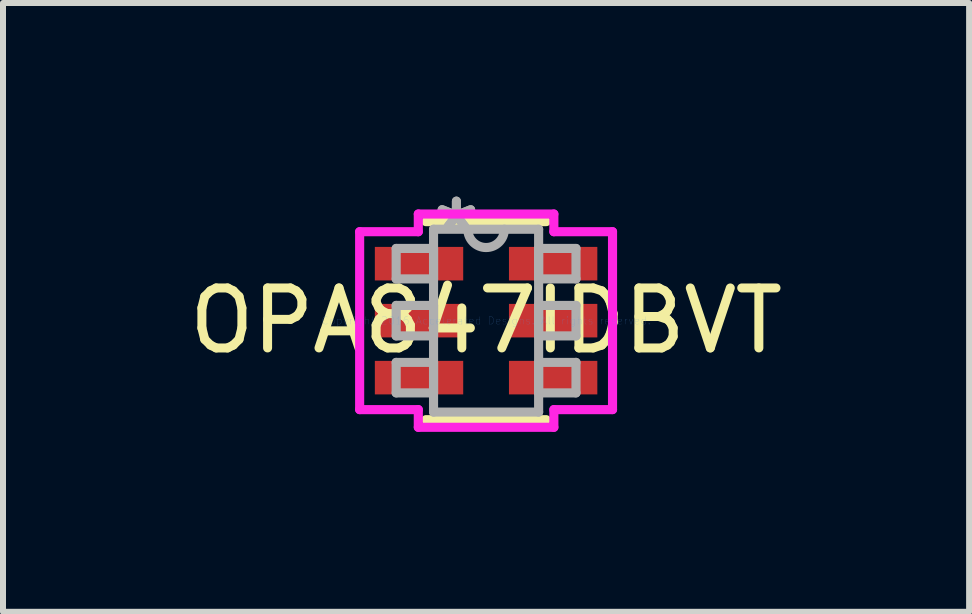
<source format=kicad_pcb>
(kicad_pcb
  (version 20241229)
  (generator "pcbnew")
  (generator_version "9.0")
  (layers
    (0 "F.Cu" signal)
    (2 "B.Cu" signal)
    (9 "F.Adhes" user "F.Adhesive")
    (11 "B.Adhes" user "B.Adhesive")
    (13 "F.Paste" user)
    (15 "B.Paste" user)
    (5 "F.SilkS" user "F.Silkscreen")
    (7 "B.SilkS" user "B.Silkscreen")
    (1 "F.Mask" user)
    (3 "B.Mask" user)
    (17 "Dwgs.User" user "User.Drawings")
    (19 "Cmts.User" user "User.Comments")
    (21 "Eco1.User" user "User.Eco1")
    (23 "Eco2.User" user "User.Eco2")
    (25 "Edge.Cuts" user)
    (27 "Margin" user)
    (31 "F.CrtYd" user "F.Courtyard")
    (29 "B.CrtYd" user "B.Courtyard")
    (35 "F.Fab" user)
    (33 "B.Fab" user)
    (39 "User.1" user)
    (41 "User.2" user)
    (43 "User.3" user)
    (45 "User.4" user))
  (footprint "OPA847IDBVT"
    (layer "F.Cu")
    (at 5.054 2.296)
    (property "Reference" "OPA847IDBVT" (at 0 0 0) (layer "F.SilkS") (effects (font (size 1 1) (thickness 0.15))))
    (attr through_hole)
    (fp_line (start -1.003 1.651) (end 1.003 1.651) (stroke (width 0.152) (type solid)) (layer "F.SilkS"))
    (fp_line (start 1.003 -1.651) (end -1.003 -1.651) (stroke (width 0.152) (type solid)) (layer "F.SilkS"))
    (fp_line (start -2.108 -1.483) (end -1.13 -1.483) (stroke (width 0.152) (type solid)) (layer "F.CrtYd"))
    (fp_line (start -2.108 1.483) (end -2.108 -1.483) (stroke (width 0.152) (type solid)) (layer "F.CrtYd"))
    (fp_line (start -1.13 -1.778) (end 1.13 -1.778) (stroke (width 0.152) (type solid)) (layer "F.CrtYd"))
    (fp_line (start -1.13 -1.483) (end -1.13 -1.778) (stroke (width 0.152) (type solid)) (layer "F.CrtYd"))
    (fp_line (start -1.13 1.483) (end -2.108 1.483) (stroke (width 0.152) (type solid)) (layer "F.CrtYd"))
    (fp_line (start -1.13 1.778) (end -1.13 1.483) (stroke (width 0.152) (type solid)) (layer "F.CrtYd"))
    (fp_line (start 1.13 -1.778) (end 1.13 -1.483) (stroke (width 0.152) (type solid)) (layer "F.CrtYd"))
    (fp_line (start 1.13 -1.483) (end 2.108 -1.483) (stroke (width 0.152) (type solid)) (layer "F.CrtYd"))
    (fp_line (start 1.13 1.483) (end 1.13 1.778) (stroke (width 0.152) (type solid)) (layer "F.CrtYd"))
    (fp_line (start 1.13 1.778) (end -1.13 1.778) (stroke (width 0.152) (type solid)) (layer "F.CrtYd"))
    (fp_line (start 2.108 -1.483) (end 2.108 1.483) (stroke (width 0.152) (type solid)) (layer "F.CrtYd"))
    (fp_line (start 2.108 1.483) (end 1.13 1.483) (stroke (width 0.152) (type solid)) (layer "F.CrtYd"))
    (fp_line (start -1.499 -1.204) (end -1.499 -0.696) (stroke (width 0.152) (type solid)) (layer "F.Fab"))
    (fp_line (start -1.499 -0.696) (end -0.876 -0.696) (stroke (width 0.152) (type solid)) (layer "F.Fab"))
    (fp_line (start -1.499 -0.254) (end -1.499 0.254) (stroke (width 0.152) (type solid)) (layer "F.Fab"))
    (fp_line (start -1.499 0.254) (end -0.876 0.254) (stroke (width 0.152) (type solid)) (layer "F.Fab"))
    (fp_line (start -1.499 0.696) (end -1.499 1.204) (stroke (width 0.152) (type solid)) (layer "F.Fab"))
    (fp_line (start -1.499 1.204) (end -0.876 1.204) (stroke (width 0.152) (type solid)) (layer "F.Fab"))
    (fp_line (start -0.876 -1.524) (end -0.876 1.524) (stroke (width 0.152) (type solid)) (layer "F.Fab"))
    (fp_line (start -0.876 -1.204) (end -1.499 -1.204) (stroke (width 0.152) (type solid)) (layer "F.Fab"))
    (fp_line (start -0.876 -0.696) (end -0.876 -1.204) (stroke (width 0.152) (type solid)) (layer "F.Fab"))
    (fp_line (start -0.876 -0.254) (end -1.499 -0.254) (stroke (width 0.152) (type solid)) (layer "F.Fab"))
    (fp_line (start -0.876 0.254) (end -0.876 -0.254) (stroke (width 0.152) (type solid)) (layer "F.Fab"))
    (fp_line (start -0.876 0.696) (end -1.499 0.696) (stroke (width 0.152) (type solid)) (layer "F.Fab"))
    (fp_line (start -0.876 1.204) (end -0.876 0.696) (stroke (width 0.152) (type solid)) (layer "F.Fab"))
    (fp_line (start -0.876 1.524) (end 0.876 1.524) (stroke (width 0.152) (type solid)) (layer "F.Fab"))
    (fp_line (start 0.876 -1.524) (end -0.876 -1.524) (stroke (width 0.152) (type solid)) (layer "F.Fab"))
    (fp_line (start 0.876 -1.204) (end 0.876 -0.696) (stroke (width 0.152) (type solid)) (layer "F.Fab"))
    (fp_line (start 0.876 -0.696) (end 1.499 -0.696) (stroke (width 0.152) (type solid)) (layer "F.Fab"))
    (fp_line (start 0.876 -0.254) (end 0.876 0.254) (stroke (width 0.152) (type solid)) (layer "F.Fab"))
    (fp_line (start 0.876 0.254) (end 1.499 0.254) (stroke (width 0.152) (type solid)) (layer "F.Fab"))
    (fp_line (start 0.876 0.696) (end 0.876 1.204) (stroke (width 0.152) (type solid)) (layer "F.Fab"))
    (fp_line (start 0.876 1.204) (end 1.499 1.204) (stroke (width 0.152) (type solid)) (layer "F.Fab"))
    (fp_line (start 0.876 1.524) (end 0.876 -1.524) (stroke (width 0.152) (type solid)) (layer "F.Fab"))
    (fp_line (start 1.499 -1.204) (end 0.876 -1.204) (stroke (width 0.152) (type solid)) (layer "F.Fab"))
    (fp_line (start 1.499 -0.696) (end 1.499 -1.204) (stroke (width 0.152) (type solid)) (layer "F.Fab"))
    (fp_line (start 1.499 -0.254) (end 0.876 -0.254) (stroke (width 0.152) (type solid)) (layer "F.Fab"))
    (fp_line (start 1.499 0.254) (end 1.499 -0.254) (stroke (width 0.152) (type solid)) (layer "F.Fab"))
    (fp_line (start 1.499 0.696) (end 0.876 0.696) (stroke (width 0.152) (type solid)) (layer "F.Fab"))
    (fp_line (start 1.499 1.204) (end 1.499 0.696) (stroke (width 0.152) (type solid)) (layer "F.Fab"))
    (fp_arc (start 0.3048 -1.524) (mid 0 -1.2192) (end -0.3048 -1.524) (stroke (width 0.1524) (type solid)) (layer "F.Fab"))
    (fp_text user "Copyright 2016 Accelerated Designs. All rights reserved." (at 0 0 0) (layer "Cmts.User") (effects (font (size 0.127 0.127) (thickness 0.002))))
    (fp_text user "*" (at -0.495 -1.448 0) (layer "F.Fab") (effects (font (size 1 1) (thickness 0.15))))
    (fp_text user "*" (at -0.495 -1.448 0) (layer "F.Fab") (effects (font (size 1 1) (thickness 0.15))))
    (pad "1" smd rect (at -1.118 -0.95) (size 1.473 0.559) (layers "F.Cu" "F.Mask" "F.Paste"))
    (pad "2" smd rect (at -1.118 0) (size 1.473 0.559) (layers "F.Cu" "F.Mask" "F.Paste"))
    (pad "3" smd rect (at -1.118 0.95) (size 1.473 0.559) (layers "F.Cu" "F.Mask" "F.Paste"))
    (pad "4" smd rect (at 1.118 0.95) (size 1.473 0.559) (layers "F.Cu" "F.Mask" "F.Paste"))
    (pad "5" smd rect (at 1.118 0) (size 1.473 0.559) (layers "F.Cu" "F.Mask" "F.Paste"))
    (pad "6" smd rect (at 1.118 -0.95) (size 1.473 0.559) (layers "F.Cu" "F.Mask" "F.Paste")))
  (gr_rect
    (start -3 -3)
    (end 13.107 7.15)
    (stroke (width 0.1) (type default))
    (fill no)
    (layer "Edge.Cuts")))
</source>
